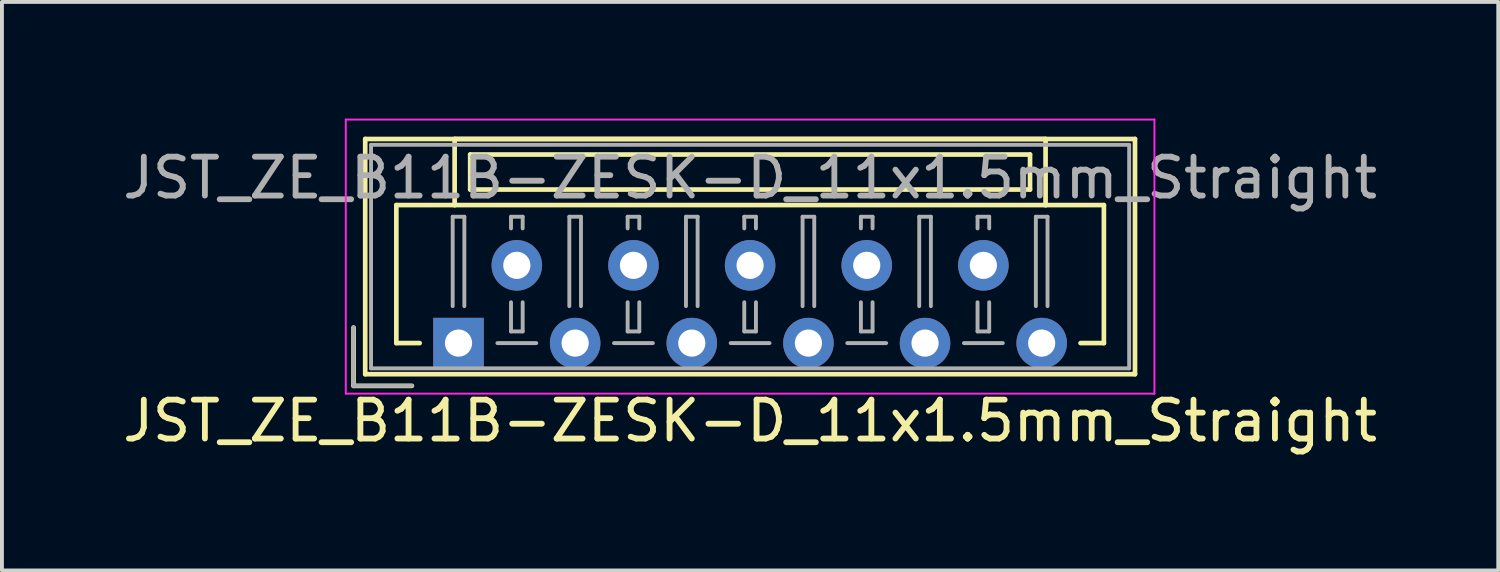
<source format=kicad_pcb>
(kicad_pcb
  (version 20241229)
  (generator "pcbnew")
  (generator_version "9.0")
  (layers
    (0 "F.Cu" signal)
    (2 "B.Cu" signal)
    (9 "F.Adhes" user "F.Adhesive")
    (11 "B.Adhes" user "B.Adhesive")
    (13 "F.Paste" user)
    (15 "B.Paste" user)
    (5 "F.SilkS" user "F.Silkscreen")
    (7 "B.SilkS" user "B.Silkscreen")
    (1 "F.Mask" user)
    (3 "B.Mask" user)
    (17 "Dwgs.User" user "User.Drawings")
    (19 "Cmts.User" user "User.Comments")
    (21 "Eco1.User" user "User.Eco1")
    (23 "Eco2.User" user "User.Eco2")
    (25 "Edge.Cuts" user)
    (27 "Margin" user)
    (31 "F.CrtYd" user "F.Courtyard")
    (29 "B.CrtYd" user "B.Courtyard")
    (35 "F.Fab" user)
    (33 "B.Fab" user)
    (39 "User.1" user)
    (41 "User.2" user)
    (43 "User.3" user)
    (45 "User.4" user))
  (footprint "JST_ZE_B11B-ZESK-D_11x1.5mm_Straight"
    (layer "F.Cu")
    (at 8.744 5.775)
    (property "Reference" "JST_ZE_B11B-ZESK-D_11x1.5mm_Straight" (at 7.5 2 0) (layer "F.SilkS") (effects (font (size 1 1) (thickness 0.15))))
    (attr through_hole)
    (fp_line (start -2.7 -0.4) (end -2.7 1.1) (stroke (width 0.12) (type solid)) (layer "F.SilkS"))
    (fp_line (start -2.7 1.1) (end -1.2 1.1) (stroke (width 0.12) (type solid)) (layer "F.SilkS"))
    (fp_line (start -2.4 -5.25) (end -2.4 0.8) (stroke (width 0.12) (type solid)) (layer "F.SilkS"))
    (fp_line (start -2.4 0.8) (end 17.4 0.8) (stroke (width 0.12) (type solid)) (layer "F.SilkS"))
    (fp_line (start -1.6 -3.55) (end -1.6 0) (stroke (width 0.12) (type solid)) (layer "F.SilkS"))
    (fp_line (start -1.6 0) (end -1 0) (stroke (width 0.12) (type solid)) (layer "F.SilkS"))
    (fp_line (start -0.1 -5.25) (end -0.1 -3.55) (stroke (width 0.12) (type solid)) (layer "F.SilkS"))
    (fp_line (start -0.1 -3.55) (end -1.6 -3.55) (stroke (width 0.12) (type solid)) (layer "F.SilkS"))
    (fp_line (start -0.1 -3.55) (end 15.1 -3.55) (stroke (width 0.12) (type solid)) (layer "F.SilkS"))
    (fp_line (start 0.3 -4.85) (end 0.3 -3.95) (stroke (width 0.12) (type solid)) (layer "F.SilkS"))
    (fp_line (start 0.3 -3.95) (end 14.7 -3.95) (stroke (width 0.12) (type solid)) (layer "F.SilkS"))
    (fp_line (start 14.7 -4.85) (end 0.3 -4.85) (stroke (width 0.12) (type solid)) (layer "F.SilkS"))
    (fp_line (start 14.7 -3.95) (end 14.7 -4.85) (stroke (width 0.12) (type solid)) (layer "F.SilkS"))
    (fp_line (start 15.1 -5.25) (end -0.1 -5.25) (stroke (width 0.12) (type solid)) (layer "F.SilkS"))
    (fp_line (start 15.1 -3.55) (end 15.1 -5.25) (stroke (width 0.12) (type solid)) (layer "F.SilkS"))
    (fp_line (start 15.1 -3.55) (end 16.6 -3.55) (stroke (width 0.12) (type solid)) (layer "F.SilkS"))
    (fp_line (start 16.6 -3.55) (end 16.6 0) (stroke (width 0.12) (type solid)) (layer "F.SilkS"))
    (fp_line (start 16.6 0) (end 16 0) (stroke (width 0.12) (type solid)) (layer "F.SilkS"))
    (fp_line (start 17.4 -5.25) (end -2.4 -5.25) (stroke (width 0.12) (type solid)) (layer "F.SilkS"))
    (fp_line (start 17.4 0.8) (end 17.4 -5.25) (stroke (width 0.12) (type solid)) (layer "F.SilkS"))
    (fp_line (start -2.9 -5.75) (end -2.9 1.3) (stroke (width 0.05) (type solid)) (layer "F.CrtYd"))
    (fp_line (start -2.9 1.3) (end 17.9 1.3) (stroke (width 0.05) (type solid)) (layer "F.CrtYd"))
    (fp_line (start 17.9 -5.75) (end -2.9 -5.75) (stroke (width 0.05) (type solid)) (layer "F.CrtYd"))
    (fp_line (start 17.9 1.3) (end 17.9 -5.75) (stroke (width 0.05) (type solid)) (layer "F.CrtYd"))
    (fp_line (start -2.7 -0.4) (end -2.7 1.1) (stroke (width 0.1) (type solid)) (layer "F.Fab"))
    (fp_line (start -2.7 1.1) (end -1.2 1.1) (stroke (width 0.1) (type solid)) (layer "F.Fab"))
    (fp_line (start -2.25 -5.1) (end -2.25 0.65) (stroke (width 0.1) (type solid)) (layer "F.Fab"))
    (fp_line (start -2.25 0.65) (end 17.25 0.65) (stroke (width 0.1) (type solid)) (layer "F.Fab"))
    (fp_line (start -0.15 -3.25) (end 0.15 -3.25) (stroke (width 0.1) (type solid)) (layer "F.Fab"))
    (fp_line (start -0.15 -0.95) (end -0.15 -3.25) (stroke (width 0.1) (type solid)) (layer "F.Fab"))
    (fp_line (start 0.15 -3.25) (end 0.15 -0.95) (stroke (width 0.1) (type solid)) (layer "F.Fab"))
    (fp_line (start 1 0) (end 2 0) (stroke (width 0.1) (type solid)) (layer "F.Fab"))
    (fp_line (start 1.35 -3.25) (end 1.65 -3.25) (stroke (width 0.1) (type solid)) (layer "F.Fab"))
    (fp_line (start 1.35 -2.95) (end 1.35 -3.25) (stroke (width 0.1) (type solid)) (layer "F.Fab"))
    (fp_line (start 1.35 -1.05) (end 1.35 -0.3) (stroke (width 0.1) (type solid)) (layer "F.Fab"))
    (fp_line (start 1.35 -0.3) (end 1.65 -0.3) (stroke (width 0.1) (type solid)) (layer "F.Fab"))
    (fp_line (start 1.65 -3.25) (end 1.65 -2.95) (stroke (width 0.1) (type solid)) (layer "F.Fab"))
    (fp_line (start 1.65 -0.3) (end 1.65 -1.05) (stroke (width 0.1) (type solid)) (layer "F.Fab"))
    (fp_line (start 2.85 -3.25) (end 3.15 -3.25) (stroke (width 0.1) (type solid)) (layer "F.Fab"))
    (fp_line (start 2.85 -0.95) (end 2.85 -3.25) (stroke (width 0.1) (type solid)) (layer "F.Fab"))
    (fp_line (start 3.15 -3.25) (end 3.15 -0.95) (stroke (width 0.1) (type solid)) (layer "F.Fab"))
    (fp_line (start 4 0) (end 5 0) (stroke (width 0.1) (type solid)) (layer "F.Fab"))
    (fp_line (start 4.35 -3.25) (end 4.65 -3.25) (stroke (width 0.1) (type solid)) (layer "F.Fab"))
    (fp_line (start 4.35 -2.95) (end 4.35 -3.25) (stroke (width 0.1) (type solid)) (layer "F.Fab"))
    (fp_line (start 4.35 -1.05) (end 4.35 -0.3) (stroke (width 0.1) (type solid)) (layer "F.Fab"))
    (fp_line (start 4.35 -0.3) (end 4.65 -0.3) (stroke (width 0.1) (type solid)) (layer "F.Fab"))
    (fp_line (start 4.65 -3.25) (end 4.65 -2.95) (stroke (width 0.1) (type solid)) (layer "F.Fab"))
    (fp_line (start 4.65 -0.3) (end 4.65 -1.05) (stroke (width 0.1) (type solid)) (layer "F.Fab"))
    (fp_line (start 5.85 -3.25) (end 6.15 -3.25) (stroke (width 0.1) (type solid)) (layer "F.Fab"))
    (fp_line (start 5.85 -0.95) (end 5.85 -3.25) (stroke (width 0.1) (type solid)) (layer "F.Fab"))
    (fp_line (start 6.15 -3.25) (end 6.15 -0.95) (stroke (width 0.1) (type solid)) (layer "F.Fab"))
    (fp_line (start 7 0) (end 8 0) (stroke (width 0.1) (type solid)) (layer "F.Fab"))
    (fp_line (start 7.35 -3.25) (end 7.65 -3.25) (stroke (width 0.1) (type solid)) (layer "F.Fab"))
    (fp_line (start 7.35 -2.95) (end 7.35 -3.25) (stroke (width 0.1) (type solid)) (layer "F.Fab"))
    (fp_line (start 7.35 -1.05) (end 7.35 -0.3) (stroke (width 0.1) (type solid)) (layer "F.Fab"))
    (fp_line (start 7.35 -0.3) (end 7.65 -0.3) (stroke (width 0.1) (type solid)) (layer "F.Fab"))
    (fp_line (start 7.65 -3.25) (end 7.65 -2.95) (stroke (width 0.1) (type solid)) (layer "F.Fab"))
    (fp_line (start 7.65 -0.3) (end 7.65 -1.05) (stroke (width 0.1) (type solid)) (layer "F.Fab"))
    (fp_line (start 8.85 -3.25) (end 9.15 -3.25) (stroke (width 0.1) (type solid)) (layer "F.Fab"))
    (fp_line (start 8.85 -0.95) (end 8.85 -3.25) (stroke (width 0.1) (type solid)) (layer "F.Fab"))
    (fp_line (start 9.15 -3.25) (end 9.15 -0.95) (stroke (width 0.1) (type solid)) (layer "F.Fab"))
    (fp_line (start 10 0) (end 11 0) (stroke (width 0.1) (type solid)) (layer "F.Fab"))
    (fp_line (start 10.35 -3.25) (end 10.65 -3.25) (stroke (width 0.1) (type solid)) (layer "F.Fab"))
    (fp_line (start 10.35 -2.95) (end 10.35 -3.25) (stroke (width 0.1) (type solid)) (layer "F.Fab"))
    (fp_line (start 10.35 -1.05) (end 10.35 -0.3) (stroke (width 0.1) (type solid)) (layer "F.Fab"))
    (fp_line (start 10.35 -0.3) (end 10.65 -0.3) (stroke (width 0.1) (type solid)) (layer "F.Fab"))
    (fp_line (start 10.65 -3.25) (end 10.65 -2.95) (stroke (width 0.1) (type solid)) (layer "F.Fab"))
    (fp_line (start 10.65 -0.3) (end 10.65 -1.05) (stroke (width 0.1) (type solid)) (layer "F.Fab"))
    (fp_line (start 11.85 -3.25) (end 12.15 -3.25) (stroke (width 0.1) (type solid)) (layer "F.Fab"))
    (fp_line (start 11.85 -0.95) (end 11.85 -3.25) (stroke (width 0.1) (type solid)) (layer "F.Fab"))
    (fp_line (start 12.15 -3.25) (end 12.15 -0.95) (stroke (width 0.1) (type solid)) (layer "F.Fab"))
    (fp_line (start 13 0) (end 14 0) (stroke (width 0.1) (type solid)) (layer "F.Fab"))
    (fp_line (start 13.35 -3.25) (end 13.65 -3.25) (stroke (width 0.1) (type solid)) (layer "F.Fab"))
    (fp_line (start 13.35 -2.95) (end 13.35 -3.25) (stroke (width 0.1) (type solid)) (layer "F.Fab"))
    (fp_line (start 13.35 -1.05) (end 13.35 -0.3) (stroke (width 0.1) (type solid)) (layer "F.Fab"))
    (fp_line (start 13.35 -0.3) (end 13.65 -0.3) (stroke (width 0.1) (type solid)) (layer "F.Fab"))
    (fp_line (start 13.65 -3.25) (end 13.65 -2.95) (stroke (width 0.1) (type solid)) (layer "F.Fab"))
    (fp_line (start 13.65 -0.3) (end 13.65 -1.05) (stroke (width 0.1) (type solid)) (layer "F.Fab"))
    (fp_line (start 14.85 -3.25) (end 15.15 -3.25) (stroke (width 0.1) (type solid)) (layer "F.Fab"))
    (fp_line (start 14.85 -0.95) (end 14.85 -3.25) (stroke (width 0.1) (type solid)) (layer "F.Fab"))
    (fp_line (start 15.15 -3.25) (end 15.15 -0.95) (stroke (width 0.1) (type solid)) (layer "F.Fab"))
    (fp_line (start 17.25 -5.1) (end -2.25 -5.1) (stroke (width 0.1) (type solid)) (layer "F.Fab"))
    (fp_line (start 17.25 0.65) (end 17.25 -5.1) (stroke (width 0.1) (type solid)) (layer "F.Fab"))
    (fp_text user "${REFERENCE}" (at 7.5 -4.25 0) (layer "F.Fab") (effects (font (size 1 1) (thickness 0.15))))
    (pad "1" thru_hole rect (at 0 0) (size 1.3 1.3) (drill 0.7) (layers "*.Cu" "*.Mask"))
    (pad "2" thru_hole circle (at 1.5 -2) (size 1.3 1.3) (drill 0.7) (layers "*.Cu" "*.Mask"))
    (pad "3" thru_hole circle (at 3 0) (size 1.3 1.3) (drill 0.7) (layers "*.Cu" "*.Mask"))
    (pad "4" thru_hole circle (at 4.5 -2) (size 1.3 1.3) (drill 0.7) (layers "*.Cu" "*.Mask"))
    (pad "5" thru_hole circle (at 6 0) (size 1.3 1.3) (drill 0.7) (layers "*.Cu" "*.Mask"))
    (pad "6" thru_hole circle (at 7.5 -2) (size 1.3 1.3) (drill 0.7) (layers "*.Cu" "*.Mask"))
    (pad "7" thru_hole circle (at 9 0) (size 1.3 1.3) (drill 0.7) (layers "*.Cu" "*.Mask"))
    (pad "8" thru_hole circle (at 10.5 -2) (size 1.3 1.3) (drill 0.7) (layers "*.Cu" "*.Mask"))
    (pad "9" thru_hole circle (at 12 0) (size 1.3 1.3) (drill 0.7) (layers "*.Cu" "*.Mask"))
    (pad "10" thru_hole circle (at 13.5 -2) (size 1.3 1.3) (drill 0.7) (layers "*.Cu" "*.Mask"))
    (pad "11" thru_hole circle (at 15 0) (size 1.3 1.3) (drill 0.7) (layers "*.Cu" "*.Mask")))
  (gr_rect
    (start -3 -3)
    (end 35.488 11.623)
    (stroke (width 0.1) (type default))
    (fill no)
    (layer "Edge.Cuts")))
</source>
